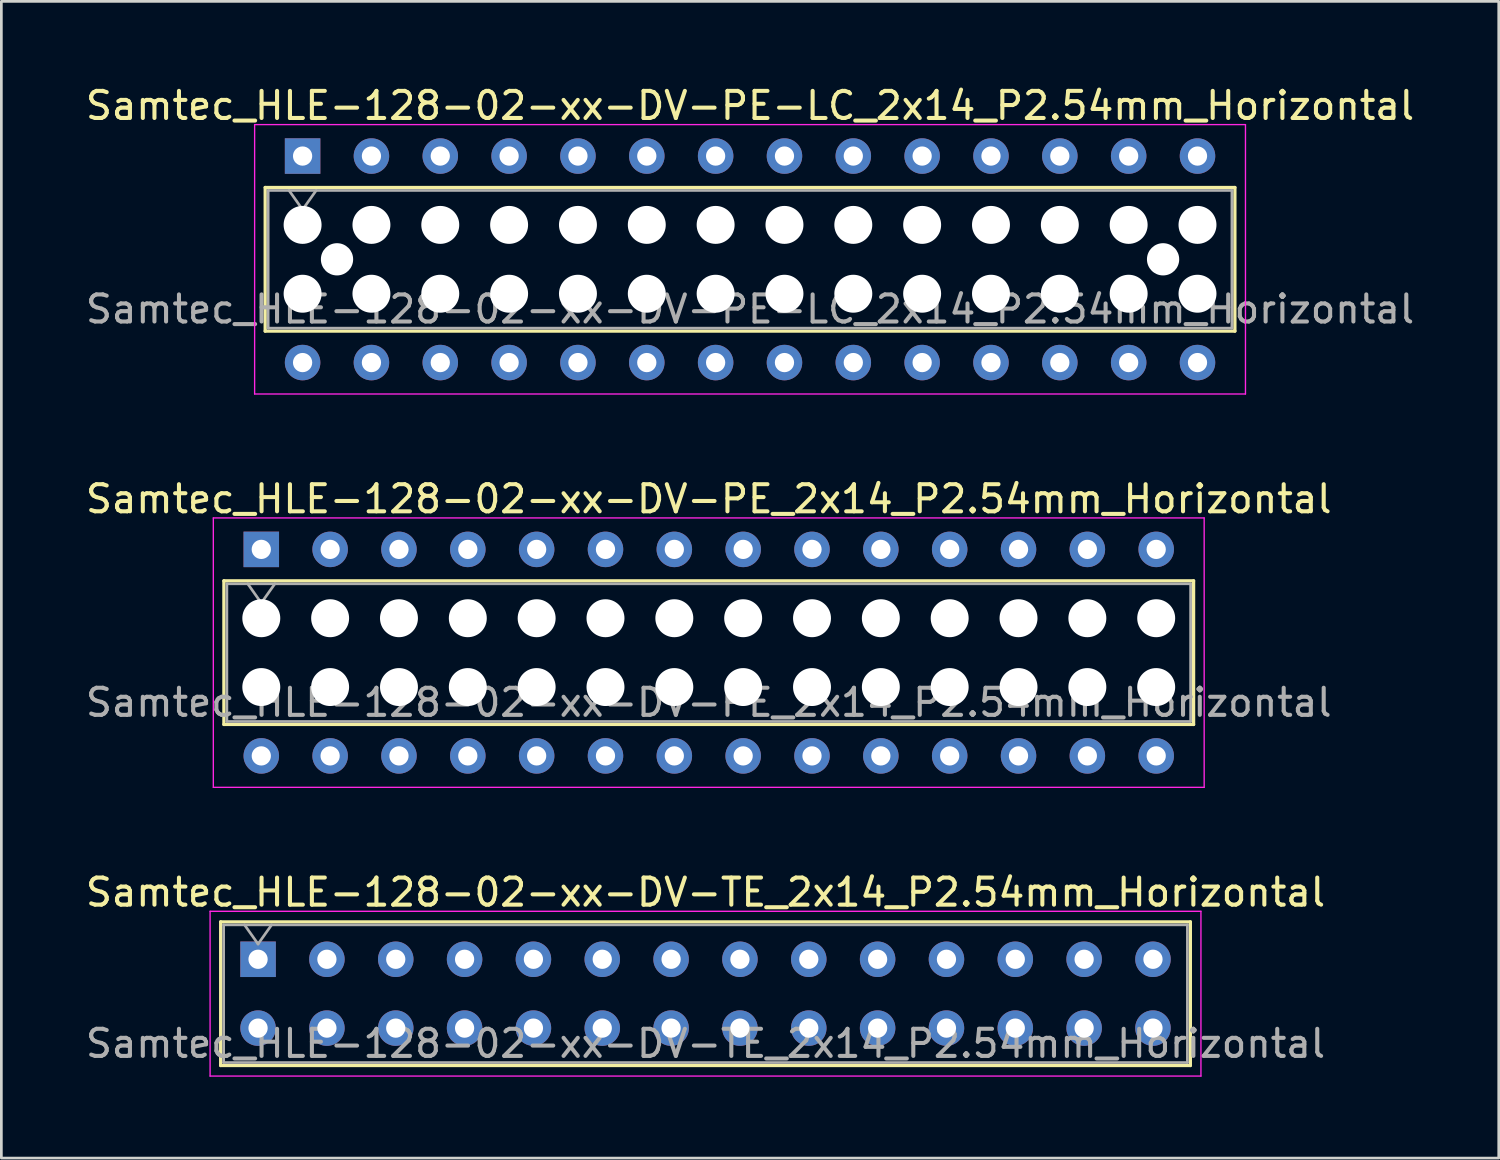
<source format=kicad_pcb>
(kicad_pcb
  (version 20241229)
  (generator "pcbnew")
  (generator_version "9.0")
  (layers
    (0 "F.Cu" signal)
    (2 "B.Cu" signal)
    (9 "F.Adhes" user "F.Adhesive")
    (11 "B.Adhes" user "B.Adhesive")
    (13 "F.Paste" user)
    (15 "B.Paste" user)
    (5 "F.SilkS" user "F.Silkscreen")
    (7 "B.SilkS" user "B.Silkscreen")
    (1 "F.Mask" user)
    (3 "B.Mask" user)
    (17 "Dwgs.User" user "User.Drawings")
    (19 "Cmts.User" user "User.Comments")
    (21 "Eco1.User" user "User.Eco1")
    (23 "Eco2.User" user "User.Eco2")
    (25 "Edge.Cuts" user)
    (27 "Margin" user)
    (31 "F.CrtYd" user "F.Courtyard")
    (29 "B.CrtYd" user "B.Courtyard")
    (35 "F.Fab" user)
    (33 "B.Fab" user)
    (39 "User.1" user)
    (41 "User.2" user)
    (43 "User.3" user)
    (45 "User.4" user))
  (footprint "Samtec_HLE-128-02-xx-DV-TE_2x14_P2.54mm_Horizontal"
    (layer "F.Cu")
    (at 6.472 32.345)
    (property "Reference" "Samtec_HLE-128-02-xx-DV-TE_2x14_P2.54mm_Horizontal" (at 16.51 -2.47 0) (layer "F.SilkS") (effects (font (size 1 1) (thickness 0.15))))
    (attr through_hole)
    (fp_line (start -1.38 -1.38) (end 34.4 -1.38) (stroke (width 0.12) (type solid)) (layer "F.SilkS"))
    (fp_line (start -1.38 3.92) (end -1.38 -1.38) (stroke (width 0.12) (type solid)) (layer "F.SilkS"))
    (fp_line (start 34.4 -1.38) (end 34.4 3.92) (stroke (width 0.12) (type solid)) (layer "F.SilkS"))
    (fp_line (start 34.4 3.92) (end -1.38 3.92) (stroke (width 0.12) (type solid)) (layer "F.SilkS"))
    (fp_line (start -1.77 -1.77) (end 34.79 -1.77) (stroke (width 0.05) (type solid)) (layer "F.CrtYd"))
    (fp_line (start -1.77 4.31) (end -1.77 -1.77) (stroke (width 0.05) (type solid)) (layer "F.CrtYd"))
    (fp_line (start 34.79 -1.77) (end 34.79 4.31) (stroke (width 0.05) (type solid)) (layer "F.CrtYd"))
    (fp_line (start 34.79 4.31) (end -1.77 4.31) (stroke (width 0.05) (type solid)) (layer "F.CrtYd"))
    (fp_line (start -1.27 -1.27) (end 34.29 -1.27) (stroke (width 0.1) (type solid)) (layer "F.Fab"))
    (fp_line (start -1.27 3.81) (end -1.27 -1.27) (stroke (width 0.1) (type solid)) (layer "F.Fab"))
    (fp_line (start -0.5 -1.27) (end 0 -0.563) (stroke (width 0.1) (type solid)) (layer "F.Fab"))
    (fp_line (start 0 -0.563) (end 0.5 -1.27) (stroke (width 0.1) (type solid)) (layer "F.Fab"))
    (fp_line (start 34.29 -1.27) (end 34.29 3.81) (stroke (width 0.1) (type solid)) (layer "F.Fab"))
    (fp_line (start 34.29 3.81) (end -1.27 3.81) (stroke (width 0.1) (type solid)) (layer "F.Fab"))
    (fp_text user "${REFERENCE}" (at 16.51 3.11 0) (layer "F.Fab") (effects (font (size 1 1) (thickness 0.15))))
    (pad "1" thru_hole rect (at 0 0) (size 1.31 1.31) (drill 0.71) (layers "*.Cu" "*.Mask"))
    (pad "2" thru_hole circle (at 0 2.54) (size 1.31 1.31) (drill 0.71) (layers "*.Cu" "*.Mask"))
    (pad "3" thru_hole circle (at 2.54 0) (size 1.31 1.31) (drill 0.71) (layers "*.Cu" "*.Mask"))
    (pad "4" thru_hole circle (at 2.54 2.54) (size 1.31 1.31) (drill 0.71) (layers "*.Cu" "*.Mask"))
    (pad "5" thru_hole circle (at 5.08 0) (size 1.31 1.31) (drill 0.71) (layers "*.Cu" "*.Mask"))
    (pad "6" thru_hole circle (at 5.08 2.54) (size 1.31 1.31) (drill 0.71) (layers "*.Cu" "*.Mask"))
    (pad "7" thru_hole circle (at 7.62 0) (size 1.31 1.31) (drill 0.71) (layers "*.Cu" "*.Mask"))
    (pad "8" thru_hole circle (at 7.62 2.54) (size 1.31 1.31) (drill 0.71) (layers "*.Cu" "*.Mask"))
    (pad "9" thru_hole circle (at 10.16 0) (size 1.31 1.31) (drill 0.71) (layers "*.Cu" "*.Mask"))
    (pad "10" thru_hole circle (at 10.16 2.54) (size 1.31 1.31) (drill 0.71) (layers "*.Cu" "*.Mask"))
    (pad "11" thru_hole circle (at 12.7 0) (size 1.31 1.31) (drill 0.71) (layers "*.Cu" "*.Mask"))
    (pad "12" thru_hole circle (at 12.7 2.54) (size 1.31 1.31) (drill 0.71) (layers "*.Cu" "*.Mask"))
    (pad "13" thru_hole circle (at 15.24 0) (size 1.31 1.31) (drill 0.71) (layers "*.Cu" "*.Mask"))
    (pad "14" thru_hole circle (at 15.24 2.54) (size 1.31 1.31) (drill 0.71) (layers "*.Cu" "*.Mask"))
    (pad "15" thru_hole circle (at 17.78 0) (size 1.31 1.31) (drill 0.71) (layers "*.Cu" "*.Mask"))
    (pad "16" thru_hole circle (at 17.78 2.54) (size 1.31 1.31) (drill 0.71) (layers "*.Cu" "*.Mask"))
    (pad "17" thru_hole circle (at 20.32 0) (size 1.31 1.31) (drill 0.71) (layers "*.Cu" "*.Mask"))
    (pad "18" thru_hole circle (at 20.32 2.54) (size 1.31 1.31) (drill 0.71) (layers "*.Cu" "*.Mask"))
    (pad "19" thru_hole circle (at 22.86 0) (size 1.31 1.31) (drill 0.71) (layers "*.Cu" "*.Mask"))
    (pad "20" thru_hole circle (at 22.86 2.54) (size 1.31 1.31) (drill 0.71) (layers "*.Cu" "*.Mask"))
    (pad "21" thru_hole circle (at 25.4 0) (size 1.31 1.31) (drill 0.71) (layers "*.Cu" "*.Mask"))
    (pad "22" thru_hole circle (at 25.4 2.54) (size 1.31 1.31) (drill 0.71) (layers "*.Cu" "*.Mask"))
    (pad "23" thru_hole circle (at 27.94 0) (size 1.31 1.31) (drill 0.71) (layers "*.Cu" "*.Mask"))
    (pad "24" thru_hole circle (at 27.94 2.54) (size 1.31 1.31) (drill 0.71) (layers "*.Cu" "*.Mask"))
    (pad "25" thru_hole circle (at 30.48 0) (size 1.31 1.31) (drill 0.71) (layers "*.Cu" "*.Mask"))
    (pad "26" thru_hole circle (at 30.48 2.54) (size 1.31 1.31) (drill 0.71) (layers "*.Cu" "*.Mask"))
    (pad "27" thru_hole circle (at 33.02 0) (size 1.31 1.31) (drill 0.71) (layers "*.Cu" "*.Mask"))
    (pad "28" thru_hole circle (at 33.02 2.54) (size 1.31 1.31) (drill 0.71) (layers "*.Cu" "*.Mask")))
  (footprint "Samtec_HLE-128-02-xx-DV-PE-LC_2x14_P2.54mm_Horizontal"
    (layer "F.Cu")
    (at 8.115 2.708)
    (property "Reference" "Samtec_HLE-128-02-xx-DV-PE-LC_2x14_P2.54mm_Horizontal" (at 16.51 -1.86 0) (layer "F.SilkS") (effects (font (size 1 1) (thickness 0.15))))
    (attr through_hole)
    (fp_line (start -1.38 1.16) (end 34.4 1.16) (stroke (width 0.12) (type solid)) (layer "F.SilkS"))
    (fp_line (start -1.38 6.46) (end -1.38 1.16) (stroke (width 0.12) (type solid)) (layer "F.SilkS"))
    (fp_line (start 34.4 1.16) (end 34.4 6.46) (stroke (width 0.12) (type solid)) (layer "F.SilkS"))
    (fp_line (start 34.4 6.46) (end -1.38 6.46) (stroke (width 0.12) (type solid)) (layer "F.SilkS"))
    (fp_line (start -1.77 -1.16) (end 34.79 -1.16) (stroke (width 0.05) (type solid)) (layer "F.CrtYd"))
    (fp_line (start -1.77 8.78) (end -1.77 -1.16) (stroke (width 0.05) (type solid)) (layer "F.CrtYd"))
    (fp_line (start 34.79 -1.16) (end 34.79 8.78) (stroke (width 0.05) (type solid)) (layer "F.CrtYd"))
    (fp_line (start 34.79 8.78) (end -1.77 8.78) (stroke (width 0.05) (type solid)) (layer "F.CrtYd"))
    (fp_line (start -1.27 1.27) (end 34.29 1.27) (stroke (width 0.1) (type solid)) (layer "F.Fab"))
    (fp_line (start -1.27 6.35) (end -1.27 1.27) (stroke (width 0.1) (type solid)) (layer "F.Fab"))
    (fp_line (start -0.5 1.27) (end 0 1.977) (stroke (width 0.1) (type solid)) (layer "F.Fab"))
    (fp_line (start 0 1.977) (end 0.5 1.27) (stroke (width 0.1) (type solid)) (layer "F.Fab"))
    (fp_line (start 34.29 1.27) (end 34.29 6.35) (stroke (width 0.1) (type solid)) (layer "F.Fab"))
    (fp_line (start 34.29 6.35) (end -1.27 6.35) (stroke (width 0.1) (type solid)) (layer "F.Fab"))
    (fp_text user "${REFERENCE}" (at 16.51 5.65 0) (layer "F.Fab") (effects (font (size 1 1) (thickness 0.15))))
    (pad "" np_thru_hole circle (at 0 2.54) (size 1.4 1.4) (drill 1.4) (layers "*.Cu" "*.Mask"))
    (pad "" np_thru_hole circle (at 0 5.08) (size 1.4 1.4) (drill 1.4) (layers "*.Cu" "*.Mask"))
    (pad "" np_thru_hole circle (at 1.27 3.81) (size 1.19 1.19) (drill 1.19) (layers "*.Cu" "*.Mask"))
    (pad "" np_thru_hole circle (at 2.54 2.54) (size 1.4 1.4) (drill 1.4) (layers "*.Cu" "*.Mask"))
    (pad "" np_thru_hole circle (at 2.54 5.08) (size 1.4 1.4) (drill 1.4) (layers "*.Cu" "*.Mask"))
    (pad "" np_thru_hole circle (at 5.08 2.54) (size 1.4 1.4) (drill 1.4) (layers "*.Cu" "*.Mask"))
    (pad "" np_thru_hole circle (at 5.08 5.08) (size 1.4 1.4) (drill 1.4) (layers "*.Cu" "*.Mask"))
    (pad "" np_thru_hole circle (at 7.62 2.54) (size 1.4 1.4) (drill 1.4) (layers "*.Cu" "*.Mask"))
    (pad "" np_thru_hole circle (at 7.62 5.08) (size 1.4 1.4) (drill 1.4) (layers "*.Cu" "*.Mask"))
    (pad "" np_thru_hole circle (at 10.16 2.54) (size 1.4 1.4) (drill 1.4) (layers "*.Cu" "*.Mask"))
    (pad "" np_thru_hole circle (at 10.16 5.08) (size 1.4 1.4) (drill 1.4) (layers "*.Cu" "*.Mask"))
    (pad "" np_thru_hole circle (at 12.7 2.54) (size 1.4 1.4) (drill 1.4) (layers "*.Cu" "*.Mask"))
    (pad "" np_thru_hole circle (at 12.7 5.08) (size 1.4 1.4) (drill 1.4) (layers "*.Cu" "*.Mask"))
    (pad "" np_thru_hole circle (at 15.24 2.54) (size 1.4 1.4) (drill 1.4) (layers "*.Cu" "*.Mask"))
    (pad "" np_thru_hole circle (at 15.24 5.08) (size 1.4 1.4) (drill 1.4) (layers "*.Cu" "*.Mask"))
    (pad "" np_thru_hole circle (at 17.78 2.54) (size 1.4 1.4) (drill 1.4) (layers "*.Cu" "*.Mask"))
    (pad "" np_thru_hole circle (at 17.78 5.08) (size 1.4 1.4) (drill 1.4) (layers "*.Cu" "*.Mask"))
    (pad "" np_thru_hole circle (at 20.32 2.54) (size 1.4 1.4) (drill 1.4) (layers "*.Cu" "*.Mask"))
    (pad "" np_thru_hole circle (at 20.32 5.08) (size 1.4 1.4) (drill 1.4) (layers "*.Cu" "*.Mask"))
    (pad "" np_thru_hole circle (at 22.86 2.54) (size 1.4 1.4) (drill 1.4) (layers "*.Cu" "*.Mask"))
    (pad "" np_thru_hole circle (at 22.86 5.08) (size 1.4 1.4) (drill 1.4) (layers "*.Cu" "*.Mask"))
    (pad "" np_thru_hole circle (at 25.4 2.54) (size 1.4 1.4) (drill 1.4) (layers "*.Cu" "*.Mask"))
    (pad "" np_thru_hole circle (at 25.4 5.08) (size 1.4 1.4) (drill 1.4) (layers "*.Cu" "*.Mask"))
    (pad "" np_thru_hole circle (at 27.94 2.54) (size 1.4 1.4) (drill 1.4) (layers "*.Cu" "*.Mask"))
    (pad "" np_thru_hole circle (at 27.94 5.08) (size 1.4 1.4) (drill 1.4) (layers "*.Cu" "*.Mask"))
    (pad "" np_thru_hole circle (at 30.48 2.54) (size 1.4 1.4) (drill 1.4) (layers "*.Cu" "*.Mask"))
    (pad "" np_thru_hole circle (at 30.48 5.08) (size 1.4 1.4) (drill 1.4) (layers "*.Cu" "*.Mask"))
    (pad "" np_thru_hole circle (at 31.75 3.81) (size 1.19 1.19) (drill 1.19) (layers "*.Cu" "*.Mask"))
    (pad "" np_thru_hole circle (at 33.02 2.54) (size 1.4 1.4) (drill 1.4) (layers "*.Cu" "*.Mask"))
    (pad "" np_thru_hole circle (at 33.02 5.08) (size 1.4 1.4) (drill 1.4) (layers "*.Cu" "*.Mask"))
    (pad "1" thru_hole rect (at 0 0) (size 1.31 1.31) (drill 0.71) (layers "*.Cu" "*.Mask"))
    (pad "2" thru_hole circle (at 0 7.62) (size 1.31 1.31) (drill 0.71) (layers "*.Cu" "*.Mask"))
    (pad "3" thru_hole circle (at 2.54 0) (size 1.31 1.31) (drill 0.71) (layers "*.Cu" "*.Mask"))
    (pad "4" thru_hole circle (at 2.54 7.62) (size 1.31 1.31) (drill 0.71) (layers "*.Cu" "*.Mask"))
    (pad "5" thru_hole circle (at 5.08 0) (size 1.31 1.31) (drill 0.71) (layers "*.Cu" "*.Mask"))
    (pad "6" thru_hole circle (at 5.08 7.62) (size 1.31 1.31) (drill 0.71) (layers "*.Cu" "*.Mask"))
    (pad "7" thru_hole circle (at 7.62 0) (size 1.31 1.31) (drill 0.71) (layers "*.Cu" "*.Mask"))
    (pad "8" thru_hole circle (at 7.62 7.62) (size 1.31 1.31) (drill 0.71) (layers "*.Cu" "*.Mask"))
    (pad "9" thru_hole circle (at 10.16 0) (size 1.31 1.31) (drill 0.71) (layers "*.Cu" "*.Mask"))
    (pad "10" thru_hole circle (at 10.16 7.62) (size 1.31 1.31) (drill 0.71) (layers "*.Cu" "*.Mask"))
    (pad "11" thru_hole circle (at 12.7 0) (size 1.31 1.31) (drill 0.71) (layers "*.Cu" "*.Mask"))
    (pad "12" thru_hole circle (at 12.7 7.62) (size 1.31 1.31) (drill 0.71) (layers "*.Cu" "*.Mask"))
    (pad "13" thru_hole circle (at 15.24 0) (size 1.31 1.31) (drill 0.71) (layers "*.Cu" "*.Mask"))
    (pad "14" thru_hole circle (at 15.24 7.62) (size 1.31 1.31) (drill 0.71) (layers "*.Cu" "*.Mask"))
    (pad "15" thru_hole circle (at 17.78 0) (size 1.31 1.31) (drill 0.71) (layers "*.Cu" "*.Mask"))
    (pad "16" thru_hole circle (at 17.78 7.62) (size 1.31 1.31) (drill 0.71) (layers "*.Cu" "*.Mask"))
    (pad "17" thru_hole circle (at 20.32 0) (size 1.31 1.31) (drill 0.71) (layers "*.Cu" "*.Mask"))
    (pad "18" thru_hole circle (at 20.32 7.62) (size 1.31 1.31) (drill 0.71) (layers "*.Cu" "*.Mask"))
    (pad "19" thru_hole circle (at 22.86 0) (size 1.31 1.31) (drill 0.71) (layers "*.Cu" "*.Mask"))
    (pad "20" thru_hole circle (at 22.86 7.62) (size 1.31 1.31) (drill 0.71) (layers "*.Cu" "*.Mask"))
    (pad "21" thru_hole circle (at 25.4 0) (size 1.31 1.31) (drill 0.71) (layers "*.Cu" "*.Mask"))
    (pad "22" thru_hole circle (at 25.4 7.62) (size 1.31 1.31) (drill 0.71) (layers "*.Cu" "*.Mask"))
    (pad "23" thru_hole circle (at 27.94 0) (size 1.31 1.31) (drill 0.71) (layers "*.Cu" "*.Mask"))
    (pad "24" thru_hole circle (at 27.94 7.62) (size 1.31 1.31) (drill 0.71) (layers "*.Cu" "*.Mask"))
    (pad "25" thru_hole circle (at 30.48 0) (size 1.31 1.31) (drill 0.71) (layers "*.Cu" "*.Mask"))
    (pad "26" thru_hole circle (at 30.48 7.62) (size 1.31 1.31) (drill 0.71) (layers "*.Cu" "*.Mask"))
    (pad "27" thru_hole circle (at 33.02 0) (size 1.31 1.31) (drill 0.71) (layers "*.Cu" "*.Mask"))
    (pad "28" thru_hole circle (at 33.02 7.62) (size 1.31 1.31) (drill 0.71) (layers "*.Cu" "*.Mask")))
  (footprint "Samtec_HLE-128-02-xx-DV-PE_2x14_P2.54mm_Horizontal"
    (layer "F.Cu")
    (at 6.591 17.221)
    (property "Reference" "Samtec_HLE-128-02-xx-DV-PE_2x14_P2.54mm_Horizontal" (at 16.51 -1.86 0) (layer "F.SilkS") (effects (font (size 1 1) (thickness 0.15))))
    (attr through_hole)
    (fp_line (start -1.38 1.16) (end 34.4 1.16) (stroke (width 0.12) (type solid)) (layer "F.SilkS"))
    (fp_line (start -1.38 6.46) (end -1.38 1.16) (stroke (width 0.12) (type solid)) (layer "F.SilkS"))
    (fp_line (start 34.4 1.16) (end 34.4 6.46) (stroke (width 0.12) (type solid)) (layer "F.SilkS"))
    (fp_line (start 34.4 6.46) (end -1.38 6.46) (stroke (width 0.12) (type solid)) (layer "F.SilkS"))
    (fp_line (start -1.77 -1.16) (end 34.79 -1.16) (stroke (width 0.05) (type solid)) (layer "F.CrtYd"))
    (fp_line (start -1.77 8.78) (end -1.77 -1.16) (stroke (width 0.05) (type solid)) (layer "F.CrtYd"))
    (fp_line (start 34.79 -1.16) (end 34.79 8.78) (stroke (width 0.05) (type solid)) (layer "F.CrtYd"))
    (fp_line (start 34.79 8.78) (end -1.77 8.78) (stroke (width 0.05) (type solid)) (layer "F.CrtYd"))
    (fp_line (start -1.27 1.27) (end 34.29 1.27) (stroke (width 0.1) (type solid)) (layer "F.Fab"))
    (fp_line (start -1.27 6.35) (end -1.27 1.27) (stroke (width 0.1) (type solid)) (layer "F.Fab"))
    (fp_line (start -0.5 1.27) (end 0 1.977) (stroke (width 0.1) (type solid)) (layer "F.Fab"))
    (fp_line (start 0 1.977) (end 0.5 1.27) (stroke (width 0.1) (type solid)) (layer "F.Fab"))
    (fp_line (start 34.29 1.27) (end 34.29 6.35) (stroke (width 0.1) (type solid)) (layer "F.Fab"))
    (fp_line (start 34.29 6.35) (end -1.27 6.35) (stroke (width 0.1) (type solid)) (layer "F.Fab"))
    (fp_text user "${REFERENCE}" (at 16.51 5.65 0) (layer "F.Fab") (effects (font (size 1 1) (thickness 0.15))))
    (pad "" np_thru_hole circle (at 0 2.54) (size 1.4 1.4) (drill 1.4) (layers "*.Cu" "*.Mask"))
    (pad "" np_thru_hole circle (at 0 5.08) (size 1.4 1.4) (drill 1.4) (layers "*.Cu" "*.Mask"))
    (pad "" np_thru_hole circle (at 2.54 2.54) (size 1.4 1.4) (drill 1.4) (layers "*.Cu" "*.Mask"))
    (pad "" np_thru_hole circle (at 2.54 5.08) (size 1.4 1.4) (drill 1.4) (layers "*.Cu" "*.Mask"))
    (pad "" np_thru_hole circle (at 5.08 2.54) (size 1.4 1.4) (drill 1.4) (layers "*.Cu" "*.Mask"))
    (pad "" np_thru_hole circle (at 5.08 5.08) (size 1.4 1.4) (drill 1.4) (layers "*.Cu" "*.Mask"))
    (pad "" np_thru_hole circle (at 7.62 2.54) (size 1.4 1.4) (drill 1.4) (layers "*.Cu" "*.Mask"))
    (pad "" np_thru_hole circle (at 7.62 5.08) (size 1.4 1.4) (drill 1.4) (layers "*.Cu" "*.Mask"))
    (pad "" np_thru_hole circle (at 10.16 2.54) (size 1.4 1.4) (drill 1.4) (layers "*.Cu" "*.Mask"))
    (pad "" np_thru_hole circle (at 10.16 5.08) (size 1.4 1.4) (drill 1.4) (layers "*.Cu" "*.Mask"))
    (pad "" np_thru_hole circle (at 12.7 2.54) (size 1.4 1.4) (drill 1.4) (layers "*.Cu" "*.Mask"))
    (pad "" np_thru_hole circle (at 12.7 5.08) (size 1.4 1.4) (drill 1.4) (layers "*.Cu" "*.Mask"))
    (pad "" np_thru_hole circle (at 15.24 2.54) (size 1.4 1.4) (drill 1.4) (layers "*.Cu" "*.Mask"))
    (pad "" np_thru_hole circle (at 15.24 5.08) (size 1.4 1.4) (drill 1.4) (layers "*.Cu" "*.Mask"))
    (pad "" np_thru_hole circle (at 17.78 2.54) (size 1.4 1.4) (drill 1.4) (layers "*.Cu" "*.Mask"))
    (pad "" np_thru_hole circle (at 17.78 5.08) (size 1.4 1.4) (drill 1.4) (layers "*.Cu" "*.Mask"))
    (pad "" np_thru_hole circle (at 20.32 2.54) (size 1.4 1.4) (drill 1.4) (layers "*.Cu" "*.Mask"))
    (pad "" np_thru_hole circle (at 20.32 5.08) (size 1.4 1.4) (drill 1.4) (layers "*.Cu" "*.Mask"))
    (pad "" np_thru_hole circle (at 22.86 2.54) (size 1.4 1.4) (drill 1.4) (layers "*.Cu" "*.Mask"))
    (pad "" np_thru_hole circle (at 22.86 5.08) (size 1.4 1.4) (drill 1.4) (layers "*.Cu" "*.Mask"))
    (pad "" np_thru_hole circle (at 25.4 2.54) (size 1.4 1.4) (drill 1.4) (layers "*.Cu" "*.Mask"))
    (pad "" np_thru_hole circle (at 25.4 5.08) (size 1.4 1.4) (drill 1.4) (layers "*.Cu" "*.Mask"))
    (pad "" np_thru_hole circle (at 27.94 2.54) (size 1.4 1.4) (drill 1.4) (layers "*.Cu" "*.Mask"))
    (pad "" np_thru_hole circle (at 27.94 5.08) (size 1.4 1.4) (drill 1.4) (layers "*.Cu" "*.Mask"))
    (pad "" np_thru_hole circle (at 30.48 2.54) (size 1.4 1.4) (drill 1.4) (layers "*.Cu" "*.Mask"))
    (pad "" np_thru_hole circle (at 30.48 5.08) (size 1.4 1.4) (drill 1.4) (layers "*.Cu" "*.Mask"))
    (pad "" np_thru_hole circle (at 33.02 2.54) (size 1.4 1.4) (drill 1.4) (layers "*.Cu" "*.Mask"))
    (pad "" np_thru_hole circle (at 33.02 5.08) (size 1.4 1.4) (drill 1.4) (layers "*.Cu" "*.Mask"))
    (pad "1" thru_hole rect (at 0 0) (size 1.31 1.31) (drill 0.71) (layers "*.Cu" "*.Mask"))
    (pad "2" thru_hole circle (at 0 7.62) (size 1.31 1.31) (drill 0.71) (layers "*.Cu" "*.Mask"))
    (pad "3" thru_hole circle (at 2.54 0) (size 1.31 1.31) (drill 0.71) (layers "*.Cu" "*.Mask"))
    (pad "4" thru_hole circle (at 2.54 7.62) (size 1.31 1.31) (drill 0.71) (layers "*.Cu" "*.Mask"))
    (pad "5" thru_hole circle (at 5.08 0) (size 1.31 1.31) (drill 0.71) (layers "*.Cu" "*.Mask"))
    (pad "6" thru_hole circle (at 5.08 7.62) (size 1.31 1.31) (drill 0.71) (layers "*.Cu" "*.Mask"))
    (pad "7" thru_hole circle (at 7.62 0) (size 1.31 1.31) (drill 0.71) (layers "*.Cu" "*.Mask"))
    (pad "8" thru_hole circle (at 7.62 7.62) (size 1.31 1.31) (drill 0.71) (layers "*.Cu" "*.Mask"))
    (pad "9" thru_hole circle (at 10.16 0) (size 1.31 1.31) (drill 0.71) (layers "*.Cu" "*.Mask"))
    (pad "10" thru_hole circle (at 10.16 7.62) (size 1.31 1.31) (drill 0.71) (layers "*.Cu" "*.Mask"))
    (pad "11" thru_hole circle (at 12.7 0) (size 1.31 1.31) (drill 0.71) (layers "*.Cu" "*.Mask"))
    (pad "12" thru_hole circle (at 12.7 7.62) (size 1.31 1.31) (drill 0.71) (layers "*.Cu" "*.Mask"))
    (pad "13" thru_hole circle (at 15.24 0) (size 1.31 1.31) (drill 0.71) (layers "*.Cu" "*.Mask"))
    (pad "14" thru_hole circle (at 15.24 7.62) (size 1.31 1.31) (drill 0.71) (layers "*.Cu" "*.Mask"))
    (pad "15" thru_hole circle (at 17.78 0) (size 1.31 1.31) (drill 0.71) (layers "*.Cu" "*.Mask"))
    (pad "16" thru_hole circle (at 17.78 7.62) (size 1.31 1.31) (drill 0.71) (layers "*.Cu" "*.Mask"))
    (pad "17" thru_hole circle (at 20.32 0) (size 1.31 1.31) (drill 0.71) (layers "*.Cu" "*.Mask"))
    (pad "18" thru_hole circle (at 20.32 7.62) (size 1.31 1.31) (drill 0.71) (layers "*.Cu" "*.Mask"))
    (pad "19" thru_hole circle (at 22.86 0) (size 1.31 1.31) (drill 0.71) (layers "*.Cu" "*.Mask"))
    (pad "20" thru_hole circle (at 22.86 7.62) (size 1.31 1.31) (drill 0.71) (layers "*.Cu" "*.Mask"))
    (pad "21" thru_hole circle (at 25.4 0) (size 1.31 1.31) (drill 0.71) (layers "*.Cu" "*.Mask"))
    (pad "22" thru_hole circle (at 25.4 7.62) (size 1.31 1.31) (drill 0.71) (layers "*.Cu" "*.Mask"))
    (pad "23" thru_hole circle (at 27.94 0) (size 1.31 1.31) (drill 0.71) (layers "*.Cu" "*.Mask"))
    (pad "24" thru_hole circle (at 27.94 7.62) (size 1.31 1.31) (drill 0.71) (layers "*.Cu" "*.Mask"))
    (pad "25" thru_hole circle (at 30.48 0) (size 1.31 1.31) (drill 0.71) (layers "*.Cu" "*.Mask"))
    (pad "26" thru_hole circle (at 30.48 7.62) (size 1.31 1.31) (drill 0.71) (layers "*.Cu" "*.Mask"))
    (pad "27" thru_hole circle (at 33.02 0) (size 1.31 1.31) (drill 0.71) (layers "*.Cu" "*.Mask"))
    (pad "28" thru_hole circle (at 33.02 7.62) (size 1.31 1.31) (drill 0.71) (layers "*.Cu" "*.Mask")))
  (gr_rect
    (start -3 -3)
    (end 52.25 39.68)
    (stroke (width 0.1) (type default))
    (fill no)
    (layer "Edge.Cuts")))
</source>
